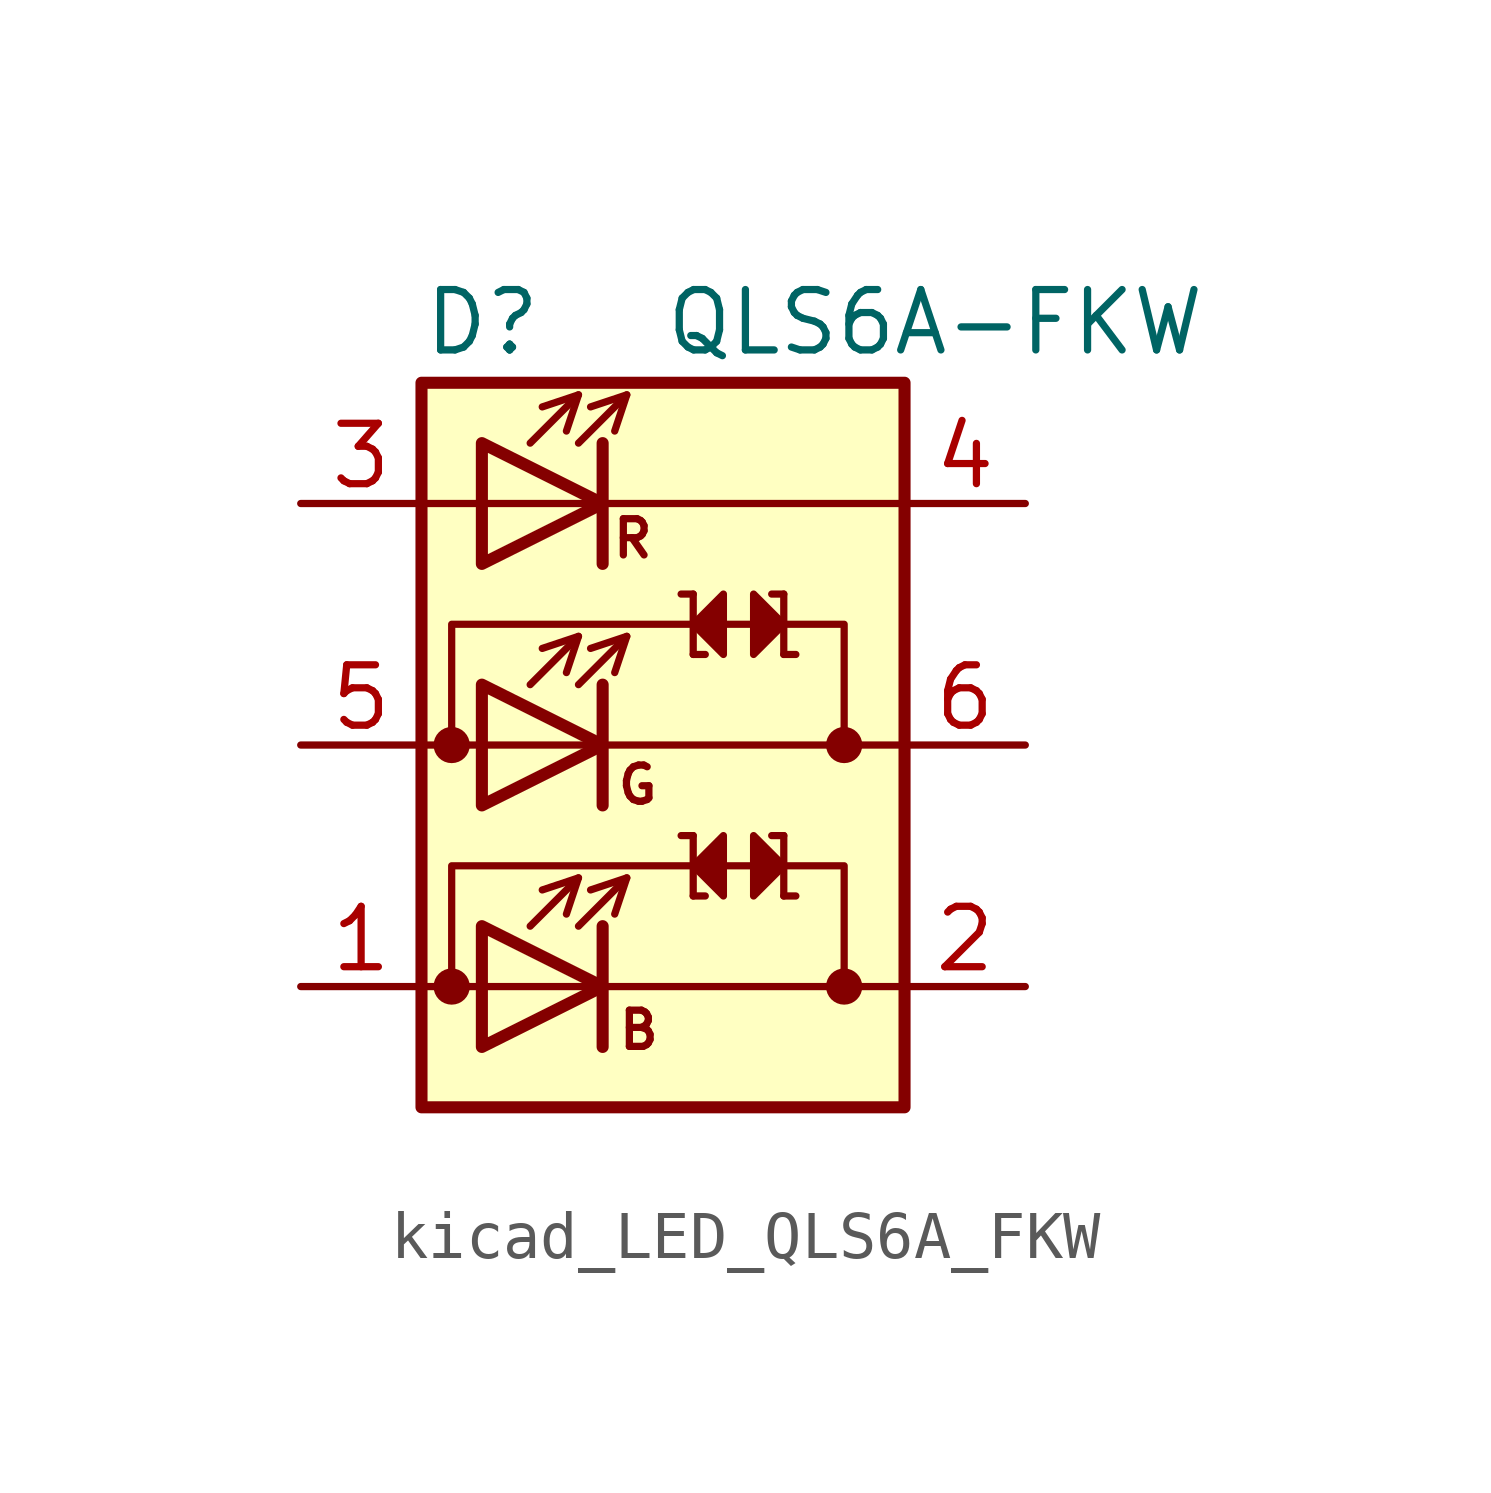
<source format=kicad_sym>
(kicad_symbol_lib
  (version 20220914)
  (generator kicad_symbol_editor)
  (symbol "kicad_LED_QLS6A_FKW"
    (pin_names hide)
    (property "Reference" "D"
      (at -5.08 8.89 0)
      (effects (font (size 1.27 1.27)) (justify left)))
    (property "Value" "QLS6A-FKW"
      (at 0 8.89 0)
      (effects (font (size 1.27 1.27)) (justify left)))
    (symbol "kicad_LED_QLS6A_FKW_0_0"
      (text "B" (at -0.508 -5.994 0) (effects (font (size 0.762 0.762))))
      (text "G" (at -0.533 -0.838 0) (effects (font (size 0.762 0.762))))
      (text "R" (at -0.635 4.343 0) (effects (font (size 0.762 0.762)))))
    (symbol "kicad_LED_QLS6A_FKW_0_1"
      (rectangle (start -5.08 7.62) (end 5.08 -7.62) (stroke (width 0.254) (type default)) (fill (type background)))
      (polyline (pts (xy -5.08 -5.08) (xy 5.08 -5.08)) (stroke (width 0) (type default)) (fill (type none)))
      (polyline (pts (xy -5.08 0) (xy 5.08 0)) (stroke (width 0) (type default)) (fill (type none)))
      (polyline (pts (xy -1.27 -3.81) (xy -1.27 -6.35)) (stroke (width 0.254) (type default)) (fill (type none)))
      (polyline (pts (xy -1.27 1.27) (xy -1.27 -1.27)) (stroke (width 0.254) (type default)) (fill (type none)))
      (polyline (pts (xy -1.27 6.35) (xy -1.27 3.81)) (stroke (width 0.254) (type default)) (fill (type none)))
      (polyline (pts (xy 0.635 -1.905) (xy 0.381 -1.905)) (stroke (width 0) (type default)) (fill (type none)))
      (polyline (pts (xy 0.635 -1.905) (xy 0.635 -3.175)) (stroke (width 0) (type default)) (fill (type none)))
      (polyline (pts (xy 0.635 1.905) (xy 0.889 1.905)) (stroke (width 0) (type default)) (fill (type none)))
      (polyline (pts (xy 0.635 3.175) (xy 0.381 3.175)) (stroke (width 0) (type default)) (fill (type none)))
      (polyline (pts (xy 0.635 3.175) (xy 0.635 1.905)) (stroke (width 0) (type default)) (fill (type none)))
      (polyline (pts (xy 0.889 -3.175) (xy 0.635 -3.175)) (stroke (width 0) (type default)) (fill (type none)))
      (polyline (pts (xy 2.54 -3.175) (xy 2.794 -3.175)) (stroke (width 0) (type default)) (fill (type none)))
      (polyline (pts (xy 2.54 -1.905) (xy 2.286 -1.905)) (stroke (width 0) (type default)) (fill (type none)))
      (polyline (pts (xy 2.54 -1.905) (xy 2.54 -3.175)) (stroke (width 0) (type default)) (fill (type none)))
      (polyline (pts (xy 2.54 1.905) (xy 2.54 3.175)) (stroke (width 0) (type default)) (fill (type none)))
      (polyline (pts (xy 2.54 1.905) (xy 2.794 1.905)) (stroke (width 0) (type default)) (fill (type none)))
      (polyline (pts (xy 2.54 3.175) (xy 2.286 3.175)) (stroke (width 0) (type default)) (fill (type none)))
      (polyline (pts (xy -4.445 0) (xy -4.445 2.54) (xy 3.81 2.54) (xy 3.81 0)) (stroke (width 0) (type default)) (fill (type none)))
      (polyline (pts (xy -3.81 -3.81) (xy -3.81 -6.35) (xy -1.27 -5.08) (xy -3.81 -3.81)) (stroke (width 0.254) (type default)) (fill (type none)))
      (polyline (pts (xy -3.81 1.27) (xy -3.81 -1.27) (xy -1.27 0) (xy -3.81 1.27)) (stroke (width 0.254) (type default)) (fill (type none)))
      (polyline (pts (xy -3.81 6.35) (xy -1.27 5.08) (xy -3.81 3.81) (xy -3.81 6.35)) (stroke (width 0.254) (type default)) (fill (type none)))
      (polyline (pts (xy 0.635 -2.54) (xy 1.27 -3.175) (xy 1.27 -1.905) (xy 0.635 -2.54)) (stroke (width 0) (type default)) (fill (type outline)))
      (polyline (pts (xy 1.27 3.175) (xy 1.27 1.905) (xy 0.635 2.54) (xy 1.27 3.175)) (stroke (width 0) (type default)) (fill (type outline)))
      (polyline (pts (xy 1.905 -1.905) (xy 1.905 -3.175) (xy 2.54 -2.54) (xy 1.905 -1.905)) (stroke (width 0) (type default)) (fill (type outline)))
      (polyline (pts (xy 1.905 3.175) (xy 1.905 1.905) (xy 2.54 2.54) (xy 1.905 3.175)) (stroke (width 0) (type default)) (fill (type outline)))
      (polyline (pts (xy 3.81 -5.08) (xy 3.81 -2.54) (xy -4.445 -2.54) (xy -4.445 -5.08)) (stroke (width 0) (type default)) (fill (type none))))
    (symbol "kicad_LED_QLS6A_FKW_1_1"
      (circle (center -4.445 -5.08) (radius 0.254) (stroke (width 0.254) (type default)) (fill (type outline)))
      (circle (center -4.445 0) (radius 0.254) (stroke (width 0.254) (type default)) (fill (type outline)))
      (polyline (pts (xy -5.08 5.08) (xy 5.08 5.08)) (stroke (width 0) (type default)) (fill (type none)))
      (polyline (pts (xy -2.794 -3.81) (xy -1.778 -2.794)) (stroke (width 0) (type default)) (fill (type none)))
      (polyline (pts (xy -2.794 1.27) (xy -1.778 2.286)) (stroke (width 0) (type default)) (fill (type none)))
      (polyline (pts (xy -2.794 6.35) (xy -1.778 7.366)) (stroke (width 0) (type default)) (fill (type none)))
      (polyline (pts (xy -1.778 -3.81) (xy -0.762 -2.794)) (stroke (width 0) (type default)) (fill (type none)))
      (polyline (pts (xy -1.778 1.27) (xy -0.762 2.286)) (stroke (width 0) (type default)) (fill (type none)))
      (polyline (pts (xy -1.778 6.35) (xy -0.762 7.366)) (stroke (width 0) (type default)) (fill (type none)))
      (polyline (pts (xy -2.54 -3.048) (xy -1.778 -2.794) (xy -2.032 -3.556)) (stroke (width 0) (type default)) (fill (type none)))
      (polyline (pts (xy -2.54 2.032) (xy -1.778 2.286) (xy -2.032 1.524)) (stroke (width 0) (type default)) (fill (type none)))
      (polyline (pts (xy -2.54 7.112) (xy -1.778 7.366) (xy -2.032 6.604)) (stroke (width 0) (type default)) (fill (type none)))
      (polyline (pts (xy -1.524 -3.048) (xy -0.762 -2.794) (xy -1.016 -3.556)) (stroke (width 0) (type default)) (fill (type none)))
      (polyline (pts (xy -1.524 2.032) (xy -0.762 2.286) (xy -1.016 1.524)) (stroke (width 0) (type default)) (fill (type none)))
      (polyline (pts (xy -1.524 7.112) (xy -0.762 7.366) (xy -1.016 6.604)) (stroke (width 0) (type default)) (fill (type none)))
      (circle (center 3.81 -5.08) (radius 0.254) (stroke (width 0.254) (type default)) (fill (type outline)))
      (circle (center 3.81 0) (radius 0.254) (stroke (width 0.254) (type default)) (fill (type outline)))
      (pin passive line (at -7.62 -5.08 0) (length 2.54) (name "AB" (effects (font (size 1.27 1.27)))) (number "1" (effects (font (size 1.27 1.27)))))
      (pin passive line (at 7.62 -5.08 180) (length 2.54) (name "KB" (effects (font (size 1.27 1.27)))) (number "2" (effects (font (size 1.27 1.27)))))
      (pin passive line (at -7.62 5.08 0) (length 2.54) (name "AR" (effects (font (size 1.27 1.27)))) (number "3" (effects (font (size 1.27 1.27)))))
      (pin passive line (at 7.62 5.08 180) (length 2.54) (name "KR" (effects (font (size 1.27 1.27)))) (number "4" (effects (font (size 1.27 1.27)))))
      (pin passive line (at -7.62 0 0) (length 2.54) (name "AG" (effects (font (size 1.27 1.27)))) (number "5" (effects (font (size 1.27 1.27)))))
      (pin passive line (at 7.62 0 180) (length 2.54) (name "KR" (effects (font (size 1.27 1.27)))) (number "6" (effects (font (size 1.27 1.27))))))))
</source>
